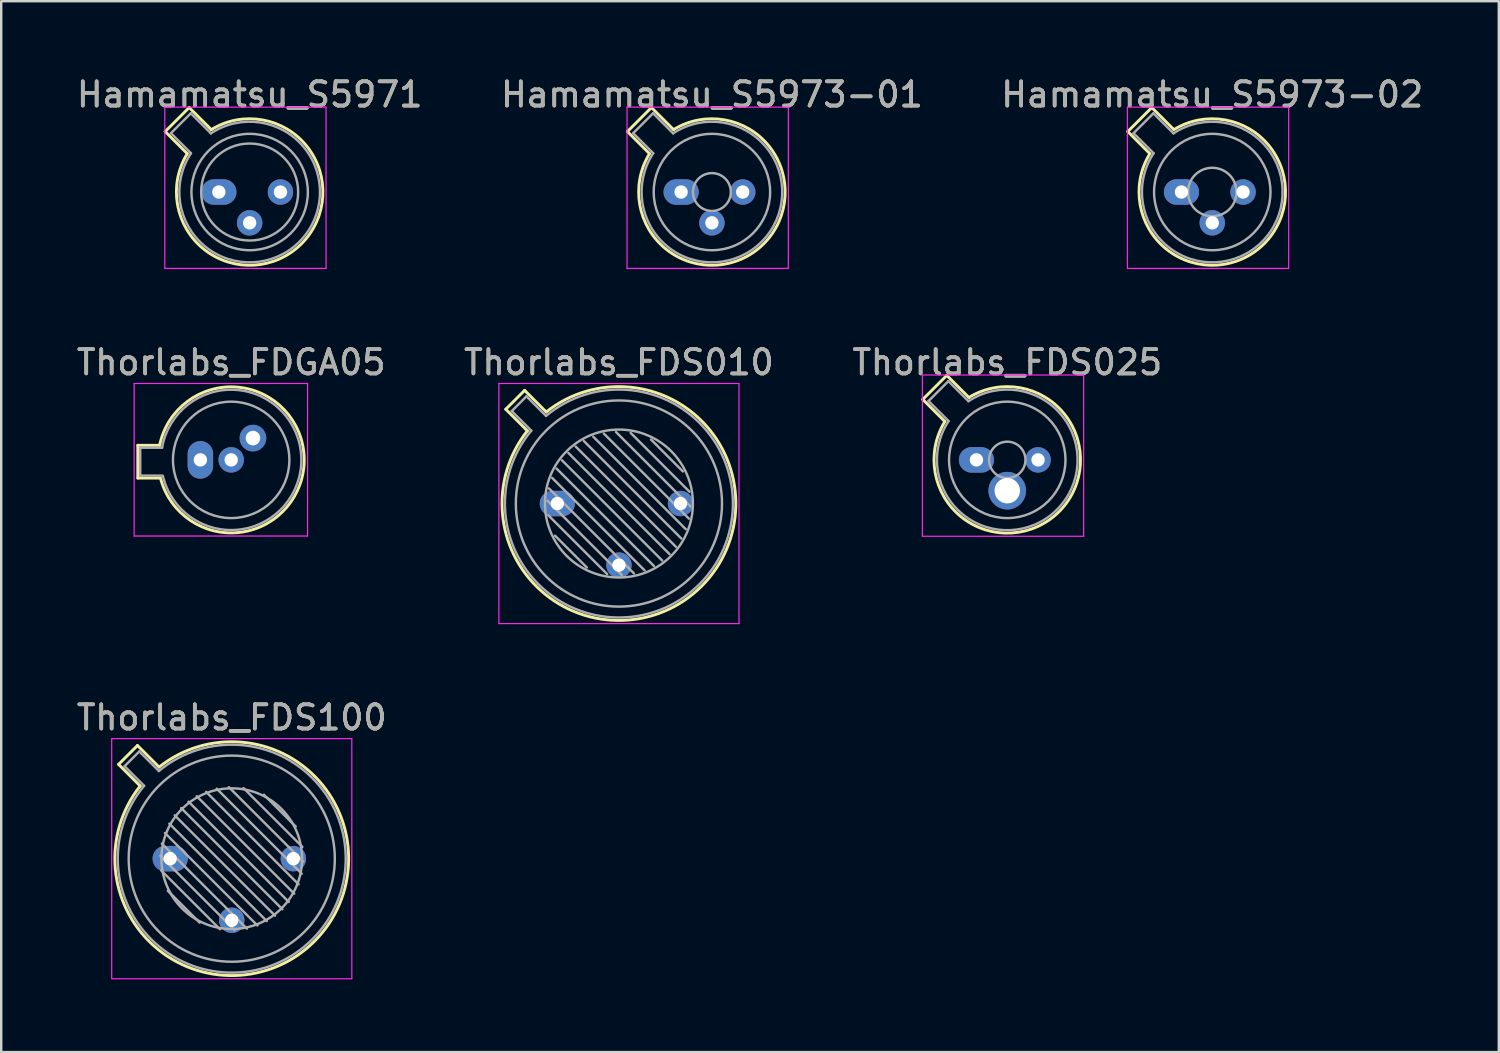
<source format=kicad_pcb>
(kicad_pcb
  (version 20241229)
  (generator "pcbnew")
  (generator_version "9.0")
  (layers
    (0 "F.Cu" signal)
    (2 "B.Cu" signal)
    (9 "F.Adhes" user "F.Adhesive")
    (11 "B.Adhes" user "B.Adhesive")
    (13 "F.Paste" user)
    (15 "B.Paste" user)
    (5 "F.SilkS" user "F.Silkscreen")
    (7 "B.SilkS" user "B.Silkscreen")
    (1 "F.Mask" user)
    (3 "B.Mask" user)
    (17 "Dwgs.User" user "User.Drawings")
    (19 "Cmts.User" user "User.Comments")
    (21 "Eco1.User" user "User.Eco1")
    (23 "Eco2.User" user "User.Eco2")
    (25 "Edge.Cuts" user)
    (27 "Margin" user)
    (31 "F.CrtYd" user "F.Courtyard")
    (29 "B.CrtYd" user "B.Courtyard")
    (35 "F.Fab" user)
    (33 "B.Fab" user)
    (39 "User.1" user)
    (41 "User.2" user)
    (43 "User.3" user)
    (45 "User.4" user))
  (footprint "Thorlabs_FDS010"
    (layer "F.Cu")
    (at 19.93 17.712)
    (property "Reference" "Thorlabs_FDS010" (at 2.54 -5.82 0) (layer "F.SilkS") (effects (font (size 1 1) (thickness 0.15))))
    (attr through_hole)
    (fp_line (start -2.126 -3.888) (end -1.235 -2.997) (stroke (width 0.12) (type solid)) (layer "F.SilkS"))
    (fp_line (start -1.348 -4.666) (end -2.126 -3.888) (stroke (width 0.12) (type solid)) (layer "F.SilkS"))
    (fp_line (start -0.457 -3.775) (end -1.348 -4.666) (stroke (width 0.12) (type solid)) (layer "F.SilkS"))
    (fp_arc (start -0.457084 -3.774902) (mid 5.948125 3.408384) (end -1.234674 -2.997371) (stroke (width 0.12) (type solid)) (layer "F.SilkS"))
    (fp_line (start -2.41 -4.95) (end -2.41 4.95) (stroke (width 0.05) (type solid)) (layer "F.CrtYd"))
    (fp_line (start -2.41 4.95) (end 7.49 4.95) (stroke (width 0.05) (type solid)) (layer "F.CrtYd"))
    (fp_line (start 7.49 -4.95) (end -2.41 -4.95) (stroke (width 0.05) (type solid)) (layer "F.CrtYd"))
    (fp_line (start 7.49 4.95) (end 7.49 -4.95) (stroke (width 0.05) (type solid)) (layer "F.CrtYd"))
    (fp_line (start -1.88 -3.812) (end -1.074 -3.005) (stroke (width 0.1) (type solid)) (layer "F.Fab"))
    (fp_line (start -1.272 -4.42) (end -1.88 -3.812) (stroke (width 0.1) (type solid)) (layer "F.Fab"))
    (fp_line (start -0.465 -3.614) (end -1.272 -4.42) (stroke (width 0.1) (type solid)) (layer "F.Fab"))
    (fp_line (start -0.408 -0.12) (end 2.66 2.948) (stroke (width 0.1) (type solid)) (layer "F.Fab"))
    (fp_line (start -0.371 0.485) (end 2.055 2.911) (stroke (width 0.1) (type solid)) (layer "F.Fab"))
    (fp_line (start -0.344 -0.622) (end 3.162 2.884) (stroke (width 0.1) (type solid)) (layer "F.Fab"))
    (fp_line (start -0.215 -1.058) (end 3.598 2.755) (stroke (width 0.1) (type solid)) (layer "F.Fab"))
    (fp_line (start -0.097 1.324) (end 1.216 2.637) (stroke (width 0.1) (type solid)) (layer "F.Fab"))
    (fp_line (start -0.034 -1.443) (end 3.983 2.574) (stroke (width 0.1) (type solid)) (layer "F.Fab"))
    (fp_line (start 0.19 -1.784) (end 4.324 2.35) (stroke (width 0.1) (type solid)) (layer "F.Fab"))
    (fp_line (start 0.454 -2.086) (end 4.626 2.086) (stroke (width 0.1) (type solid)) (layer "F.Fab"))
    (fp_line (start 0.756 -2.35) (end 4.89 1.784) (stroke (width 0.1) (type solid)) (layer "F.Fab"))
    (fp_line (start 1.097 -2.574) (end 5.114 1.443) (stroke (width 0.1) (type solid)) (layer "F.Fab"))
    (fp_line (start 1.482 -2.755) (end 5.295 1.058) (stroke (width 0.1) (type solid)) (layer "F.Fab"))
    (fp_line (start 1.918 -2.884) (end 5.424 0.622) (stroke (width 0.1) (type solid)) (layer "F.Fab"))
    (fp_line (start 2.42 -2.948) (end 5.488 0.12) (stroke (width 0.1) (type solid)) (layer "F.Fab"))
    (fp_line (start 3.025 -2.911) (end 5.451 -0.485) (stroke (width 0.1) (type solid)) (layer "F.Fab"))
    (fp_line (start 3.864 -2.637) (end 5.177 -1.324) (stroke (width 0.1) (type solid)) (layer "F.Fab"))
    (fp_arc (start -0.465408 -3.61352) (mid 5.863443 3.323361) (end -1.073594 -3.005319) (stroke (width 0.1) (type solid)) (layer "F.Fab"))
    (fp_circle (center 2.54 0) (end 5.59 0) (stroke (width 0.1) (type solid)) (fill no) (layer "F.Fab"))
    (fp_circle (center 2.54 0) (end 6.79 0) (stroke (width 0.1) (type solid)) (fill no) (layer "F.Fab"))
    (fp_text user "${REFERENCE}" (at 2.54 -5.82 0) (layer "F.Fab") (effects (font (size 1 1) (thickness 0.15))))
    (pad "1" thru_hole oval (at 0 0) (size 1.45 1.05) (drill 0.55) (layers "*.Cu" "*.Mask"))
    (pad "2" thru_hole oval (at 2.54 2.54) (size 1.05 1.05) (drill 0.55) (layers "*.Cu" "*.Mask"))
    (pad "3" thru_hole oval (at 5.08 0) (size 1.05 1.05) (drill 0.55) (layers "*.Cu" "*.Mask")))
  (footprint "Thorlabs_FDS100"
    (layer "F.Cu")
    (at 3.966 32.355)
    (property "Reference" "Thorlabs_FDS100" (at 2.54 -5.82 0) (layer "F.SilkS") (effects (font (size 1 1) (thickness 0.15))))
    (attr through_hole)
    (fp_line (start -2.126 -3.888) (end -1.235 -2.997) (stroke (width 0.12) (type solid)) (layer "F.SilkS"))
    (fp_line (start -1.348 -4.666) (end -2.126 -3.888) (stroke (width 0.12) (type solid)) (layer "F.SilkS"))
    (fp_line (start -0.457 -3.775) (end -1.348 -4.666) (stroke (width 0.12) (type solid)) (layer "F.SilkS"))
    (fp_arc (start -0.457084 -3.774902) (mid 5.948125 3.408384) (end -1.234674 -2.997371) (stroke (width 0.12) (type solid)) (layer "F.SilkS"))
    (fp_line (start -2.41 -4.95) (end -2.41 4.95) (stroke (width 0.05) (type solid)) (layer "F.CrtYd"))
    (fp_line (start -2.41 4.95) (end 7.49 4.95) (stroke (width 0.05) (type solid)) (layer "F.CrtYd"))
    (fp_line (start 7.49 -4.95) (end -2.41 -4.95) (stroke (width 0.05) (type solid)) (layer "F.CrtYd"))
    (fp_line (start 7.49 4.95) (end 7.49 -4.95) (stroke (width 0.05) (type solid)) (layer "F.CrtYd"))
    (fp_line (start -1.88 -3.812) (end -1.074 -3.005) (stroke (width 0.1) (type solid)) (layer "F.Fab"))
    (fp_line (start -1.272 -4.42) (end -1.88 -3.812) (stroke (width 0.1) (type solid)) (layer "F.Fab"))
    (fp_line (start -0.465 -3.614) (end -1.272 -4.42) (stroke (width 0.1) (type solid)) (layer "F.Fab"))
    (fp_line (start -0.408 -0.12) (end 2.66 2.948) (stroke (width 0.1) (type solid)) (layer "F.Fab"))
    (fp_line (start -0.371 0.485) (end 2.055 2.911) (stroke (width 0.1) (type solid)) (layer "F.Fab"))
    (fp_line (start -0.344 -0.622) (end 3.162 2.884) (stroke (width 0.1) (type solid)) (layer "F.Fab"))
    (fp_line (start -0.215 -1.058) (end 3.598 2.755) (stroke (width 0.1) (type solid)) (layer "F.Fab"))
    (fp_line (start -0.097 1.324) (end 1.216 2.637) (stroke (width 0.1) (type solid)) (layer "F.Fab"))
    (fp_line (start -0.034 -1.443) (end 3.983 2.574) (stroke (width 0.1) (type solid)) (layer "F.Fab"))
    (fp_line (start 0.19 -1.784) (end 4.324 2.35) (stroke (width 0.1) (type solid)) (layer "F.Fab"))
    (fp_line (start 0.454 -2.086) (end 4.626 2.086) (stroke (width 0.1) (type solid)) (layer "F.Fab"))
    (fp_line (start 0.756 -2.35) (end 4.89 1.784) (stroke (width 0.1) (type solid)) (layer "F.Fab"))
    (fp_line (start 1.097 -2.574) (end 5.114 1.443) (stroke (width 0.1) (type solid)) (layer "F.Fab"))
    (fp_line (start 1.482 -2.755) (end 5.295 1.058) (stroke (width 0.1) (type solid)) (layer "F.Fab"))
    (fp_line (start 1.918 -2.884) (end 5.424 0.622) (stroke (width 0.1) (type solid)) (layer "F.Fab"))
    (fp_line (start 2.42 -2.948) (end 5.488 0.12) (stroke (width 0.1) (type solid)) (layer "F.Fab"))
    (fp_line (start 3.025 -2.911) (end 5.451 -0.485) (stroke (width 0.1) (type solid)) (layer "F.Fab"))
    (fp_line (start 3.864 -2.637) (end 5.177 -1.324) (stroke (width 0.1) (type solid)) (layer "F.Fab"))
    (fp_arc (start -0.465408 -3.61352) (mid 5.863443 3.323361) (end -1.073594 -3.005319) (stroke (width 0.1) (type solid)) (layer "F.Fab"))
    (fp_circle (center 2.54 0) (end 5.44 0) (stroke (width 0.1) (type solid)) (fill no) (layer "F.Fab"))
    (fp_circle (center 2.54 0) (end 6.79 0) (stroke (width 0.1) (type solid)) (fill no) (layer "F.Fab"))
    (fp_text user "${REFERENCE}" (at 2.54 -5.82 0) (layer "F.Fab") (effects (font (size 1 1) (thickness 0.15))))
    (pad "1" thru_hole oval (at 0 0) (size 1.45 1.05) (drill 0.55) (layers "*.Cu" "*.Mask"))
    (pad "2" thru_hole oval (at 2.54 2.54) (size 1.05 1.05) (drill 0.55) (layers "*.Cu" "*.Mask"))
    (pad "3" thru_hole oval (at 5.08 0) (size 1.05 1.05) (drill 0.55) (layers "*.Cu" "*.Mask")))
  (footprint "Thorlabs_FDGA05"
    (layer "F.Cu")
    (at 5.212 15.912)
    (property "Reference" "Thorlabs_FDGA05" (at 1.27 -4.02 0) (layer "F.SilkS") (effects (font (size 1 1) (thickness 0.15))))
    (attr through_hole)
    (fp_line (start -2.58 -0.6) (end -2.58 0.75) (stroke (width 0.12) (type solid)) (layer "F.SilkS"))
    (fp_line (start -2.58 0.75) (end -1.68 0.75) (stroke (width 0.12) (type solid)) (layer "F.SilkS"))
    (fp_line (start -1.68 -0.6) (end -2.58 -0.6) (stroke (width 0.12) (type solid)) (layer "F.SilkS"))
    (fp_arc (start -1.68 -0.6) (mid 4.279362 -0.078983) (end -1.644465 0.753918) (stroke (width 0.12) (type solid)) (layer "F.SilkS"))
    (fp_line (start -2.73 -3.15) (end -2.73 3.14) (stroke (width 0.05) (type solid)) (layer "F.CrtYd"))
    (fp_line (start -2.73 -3.15) (end 4.42 -3.15) (stroke (width 0.05) (type solid)) (layer "F.CrtYd"))
    (fp_line (start 4.42 3.14) (end -2.73 3.14) (stroke (width 0.05) (type solid)) (layer "F.CrtYd"))
    (fp_line (start 4.42 3.14) (end 4.42 -3.15) (stroke (width 0.05) (type solid)) (layer "F.CrtYd"))
    (fp_line (start -2.48 -0.5) (end -2.48 0.65) (stroke (width 0.1) (type solid)) (layer "F.Fab"))
    (fp_line (start -2.48 0.65) (end -1.58 0.65) (stroke (width 0.1) (type solid)) (layer "F.Fab"))
    (fp_line (start -1.58 -0.5) (end -2.48 -0.5) (stroke (width 0.1) (type solid)) (layer "F.Fab"))
    (fp_arc (start -1.58 -0.5) (mid 4.1624 -0.08076) (end -1.54766 0.65825) (stroke (width 0.1) (type solid)) (layer "F.Fab"))
    (fp_circle (center 1.27 0) (end 3.67 0) (stroke (width 0.1) (type solid)) (fill no) (layer "F.Fab"))
    (fp_text user "${REFERENCE}" (at 1.27 -4.02 0) (layer "F.Fab") (effects (font (size 1 1) (thickness 0.15))))
    (pad "1" thru_hole oval (at 0 0 90) (size 1.55 1.05) (drill 0.55) (layers "*.Cu" "*.Mask"))
    (pad "2" thru_hole oval (at 1.27 0) (size 1.05 1.05) (drill 0.55) (layers "*.Cu" "*.Mask"))
    (pad "3" thru_hole oval (at 2.168 -0.898 90) (size 1.1 1.1) (drill 0.6) (layers "*.Cu" "*.Mask")))
  (footprint "Hamamatsu_S5973-02"
    (layer "F.Cu")
    (at 45.665 4.868)
    (property "Reference" "Hamamatsu_S5973-02" (at 1.27 -4.02 0) (layer "F.SilkS") (effects (font (size 1 1) (thickness 0.15))))
    (attr through_hole)
    (fp_line (start -2.214 -2.494) (end -1.302 -1.582) (stroke (width 0.12) (type solid)) (layer "F.SilkS"))
    (fp_line (start -1.224 -3.484) (end -2.214 -2.494) (stroke (width 0.12) (type solid)) (layer "F.SilkS"))
    (fp_line (start -0.312 -2.572) (end -1.224 -3.484) (stroke (width 0.12) (type solid)) (layer "F.SilkS"))
    (fp_arc (start -0.312331 -2.572281) (mid 3.405374 2.135551) (end -1.30215 -1.582544) (stroke (width 0.12) (type solid)) (layer "F.SilkS"))
    (fp_line (start -2.23 -3.5) (end -2.23 3.15) (stroke (width 0.05) (type solid)) (layer "F.CrtYd"))
    (fp_line (start -2.23 3.15) (end 4.42 3.15) (stroke (width 0.05) (type solid)) (layer "F.CrtYd"))
    (fp_line (start 4.42 -3.5) (end -2.23 -3.5) (stroke (width 0.05) (type solid)) (layer "F.CrtYd"))
    (fp_line (start 4.42 3.15) (end 4.42 -3.5) (stroke (width 0.05) (type solid)) (layer "F.CrtYd"))
    (fp_line (start -1.977 -2.426) (end -1.149 -1.599) (stroke (width 0.1) (type solid)) (layer "F.Fab"))
    (fp_line (start -1.156 -3.247) (end -1.977 -2.426) (stroke (width 0.1) (type solid)) (layer "F.Fab"))
    (fp_line (start -0.329 -2.419) (end -1.156 -3.247) (stroke (width 0.1) (type solid)) (layer "F.Fab"))
    (fp_arc (start -0.329057 -2.419301) (mid 3.321076 2.050143) (end -1.150029 -1.597956) (stroke (width 0.1) (type solid)) (layer "F.Fab"))
    (fp_circle (center 1.27 0) (end 2.27 0) (stroke (width 0.1) (type solid)) (fill no) (layer "F.Fab"))
    (fp_circle (center 1.27 0) (end 3.67 0) (stroke (width 0.1) (type solid)) (fill no) (layer "F.Fab"))
    (fp_text user "${REFERENCE}" (at 1.27 -4.02 0) (layer "F.Fab") (effects (font (size 1 1) (thickness 0.15))))
    (pad "1" thru_hole oval (at 0 0) (size 1.45 1.05) (drill 0.55) (layers "*.Cu" "*.Mask"))
    (pad "2" thru_hole oval (at 1.27 1.27) (size 1.05 1.05) (drill 0.55) (layers "*.Cu" "*.Mask"))
    (pad "3" thru_hole oval (at 2.54 0) (size 1.05 1.05) (drill 0.55) (layers "*.Cu" "*.Mask")))
  (footprint "Hamamatsu_S5971"
    (layer "F.Cu")
    (at 5.974 4.868)
    (property "Reference" "Hamamatsu_S5971" (at 1.27 -4.02 0) (layer "F.SilkS") (effects (font (size 1 1) (thickness 0.15))))
    (attr through_hole)
    (fp_line (start -2.214 -2.494) (end -1.302 -1.582) (stroke (width 0.12) (type solid)) (layer "F.SilkS"))
    (fp_line (start -1.224 -3.484) (end -2.214 -2.494) (stroke (width 0.12) (type solid)) (layer "F.SilkS"))
    (fp_line (start -0.312 -2.572) (end -1.224 -3.484) (stroke (width 0.12) (type solid)) (layer "F.SilkS"))
    (fp_arc (start -0.312331 -2.572281) (mid 3.405374 2.135551) (end -1.30215 -1.582544) (stroke (width 0.12) (type solid)) (layer "F.SilkS"))
    (fp_line (start -2.23 -3.5) (end -2.23 3.15) (stroke (width 0.05) (type solid)) (layer "F.CrtYd"))
    (fp_line (start -2.23 3.15) (end 4.42 3.15) (stroke (width 0.05) (type solid)) (layer "F.CrtYd"))
    (fp_line (start 4.42 -3.5) (end -2.23 -3.5) (stroke (width 0.05) (type solid)) (layer "F.CrtYd"))
    (fp_line (start 4.42 3.15) (end 4.42 -3.5) (stroke (width 0.05) (type solid)) (layer "F.CrtYd"))
    (fp_line (start -1.977 -2.426) (end -1.149 -1.599) (stroke (width 0.1) (type solid)) (layer "F.Fab"))
    (fp_line (start -1.156 -3.247) (end -1.977 -2.426) (stroke (width 0.1) (type solid)) (layer "F.Fab"))
    (fp_line (start -0.329 -2.419) (end -1.156 -3.247) (stroke (width 0.1) (type solid)) (layer "F.Fab"))
    (fp_arc (start -0.329057 -2.419301) (mid 3.321076 2.050143) (end -1.150029 -1.597956) (stroke (width 0.1) (type solid)) (layer "F.Fab"))
    (fp_circle (center 1.27 0) (end 3.27 0) (stroke (width 0.1) (type solid)) (fill no) (layer "F.Fab"))
    (fp_circle (center 1.27 0) (end 3.67 0) (stroke (width 0.1) (type solid)) (fill no) (layer "F.Fab"))
    (fp_text user "${REFERENCE}" (at 1.27 -4.02 0) (layer "F.Fab") (effects (font (size 1 1) (thickness 0.15))))
    (pad "1" thru_hole oval (at 0 0) (size 1.45 1.05) (drill 0.55) (layers "*.Cu" "*.Mask"))
    (pad "2" thru_hole oval (at 1.27 1.27) (size 1.05 1.05) (drill 0.55) (layers "*.Cu" "*.Mask"))
    (pad "3" thru_hole oval (at 2.54 0) (size 1.05 1.05) (drill 0.55) (layers "*.Cu" "*.Mask")))
  (footprint "Hamamatsu_S5973-01"
    (layer "F.Cu")
    (at 25.034 4.868)
    (property "Reference" "Hamamatsu_S5973-01" (at 1.27 -4.02 0) (layer "F.SilkS") (effects (font (size 1 1) (thickness 0.15))))
    (attr through_hole)
    (fp_line (start -2.214 -2.494) (end -1.302 -1.582) (stroke (width 0.12) (type solid)) (layer "F.SilkS"))
    (fp_line (start -1.224 -3.484) (end -2.214 -2.494) (stroke (width 0.12) (type solid)) (layer "F.SilkS"))
    (fp_line (start -0.312 -2.572) (end -1.224 -3.484) (stroke (width 0.12) (type solid)) (layer "F.SilkS"))
    (fp_arc (start -0.312331 -2.572281) (mid 3.405374 2.135551) (end -1.30215 -1.582544) (stroke (width 0.12) (type solid)) (layer "F.SilkS"))
    (fp_line (start -2.23 -3.5) (end -2.23 3.15) (stroke (width 0.05) (type solid)) (layer "F.CrtYd"))
    (fp_line (start -2.23 3.15) (end 4.42 3.15) (stroke (width 0.05) (type solid)) (layer "F.CrtYd"))
    (fp_line (start 4.42 -3.5) (end -2.23 -3.5) (stroke (width 0.05) (type solid)) (layer "F.CrtYd"))
    (fp_line (start 4.42 3.15) (end 4.42 -3.5) (stroke (width 0.05) (type solid)) (layer "F.CrtYd"))
    (fp_line (start -1.977 -2.426) (end -1.149 -1.599) (stroke (width 0.1) (type solid)) (layer "F.Fab"))
    (fp_line (start -1.156 -3.247) (end -1.977 -2.426) (stroke (width 0.1) (type solid)) (layer "F.Fab"))
    (fp_line (start -0.329 -2.419) (end -1.156 -3.247) (stroke (width 0.1) (type solid)) (layer "F.Fab"))
    (fp_arc (start -0.329057 -2.419301) (mid 3.321076 2.050143) (end -1.150029 -1.597956) (stroke (width 0.1) (type solid)) (layer "F.Fab"))
    (fp_circle (center 1.27 0) (end 2.05 0) (stroke (width 0.1) (type solid)) (fill no) (layer "F.Fab"))
    (fp_circle (center 1.27 0) (end 3.67 0) (stroke (width 0.1) (type solid)) (fill no) (layer "F.Fab"))
    (fp_text user "${REFERENCE}" (at 1.27 -4.02 0) (layer "F.Fab") (effects (font (size 1 1) (thickness 0.15))))
    (pad "1" thru_hole oval (at 0 0) (size 1.45 1.05) (drill 0.55) (layers "*.Cu" "*.Mask"))
    (pad "2" thru_hole oval (at 1.27 1.27) (size 1.05 1.05) (drill 0.55) (layers "*.Cu" "*.Mask"))
    (pad "3" thru_hole oval (at 2.54 0) (size 1.05 1.05) (drill 0.55) (layers "*.Cu" "*.Mask")))
  (footprint "Thorlabs_FDS025"
    (layer "F.Cu")
    (at 37.212 15.912)
    (property "Reference" "Thorlabs_FDS025" (at 1.27 -4.02 0) (layer "F.SilkS") (effects (font (size 1 1) (thickness 0.15))))
    (attr through_hole)
    (fp_line (start -2.214 -2.494) (end -1.302 -1.582) (stroke (width 0.12) (type solid)) (layer "F.SilkS"))
    (fp_line (start -1.224 -3.484) (end -2.214 -2.494) (stroke (width 0.12) (type solid)) (layer "F.SilkS"))
    (fp_line (start -0.312 -2.572) (end -1.224 -3.484) (stroke (width 0.12) (type solid)) (layer "F.SilkS"))
    (fp_arc (start -0.312331 -2.572281) (mid 3.405374 2.135551) (end -1.30215 -1.582544) (stroke (width 0.12) (type solid)) (layer "F.SilkS"))
    (fp_line (start -2.23 -3.5) (end -2.23 3.15) (stroke (width 0.05) (type solid)) (layer "F.CrtYd"))
    (fp_line (start -2.23 3.15) (end 4.42 3.15) (stroke (width 0.05) (type solid)) (layer "F.CrtYd"))
    (fp_line (start 4.42 -3.5) (end -2.23 -3.5) (stroke (width 0.05) (type solid)) (layer "F.CrtYd"))
    (fp_line (start 4.42 3.15) (end 4.42 -3.5) (stroke (width 0.05) (type solid)) (layer "F.CrtYd"))
    (fp_line (start -1.977 -2.426) (end -1.149 -1.599) (stroke (width 0.1) (type solid)) (layer "F.Fab"))
    (fp_line (start -1.156 -3.247) (end -1.977 -2.426) (stroke (width 0.1) (type solid)) (layer "F.Fab"))
    (fp_line (start -0.329 -2.419) (end -1.156 -3.247) (stroke (width 0.1) (type solid)) (layer "F.Fab"))
    (fp_arc (start -0.329057 -2.419301) (mid 3.321076 2.050143) (end -1.150029 -1.597956) (stroke (width 0.1) (type solid)) (layer "F.Fab"))
    (fp_circle (center 1.27 0) (end 2.02 0) (stroke (width 0.1) (type solid)) (fill no) (layer "F.Fab"))
    (fp_circle (center 1.27 0) (end 3.67 0) (stroke (width 0.1) (type solid)) (fill no) (layer "F.Fab"))
    (fp_text user "${REFERENCE}" (at 1.27 -4.02 0) (layer "F.Fab") (effects (font (size 1 1) (thickness 0.15))))
    (pad "1" thru_hole oval (at 0 0) (size 1.45 1.05) (drill 0.55) (layers "*.Cu" "*.Mask"))
    (pad "2" thru_hole oval (at 1.27 1.27) (size 1.55 1.55) (drill 1.05) (layers "*.Cu" "*.Mask"))
    (pad "3" thru_hole oval (at 2.54 0) (size 1.05 1.05) (drill 0.55) (layers "*.Cu" "*.Mask")))
  (gr_rect
    (start -3 -3)
    (end 58.75 40.33)
    (stroke (width 0.1) (type default))
    (fill no)
    (layer "Edge.Cuts")))
</source>
